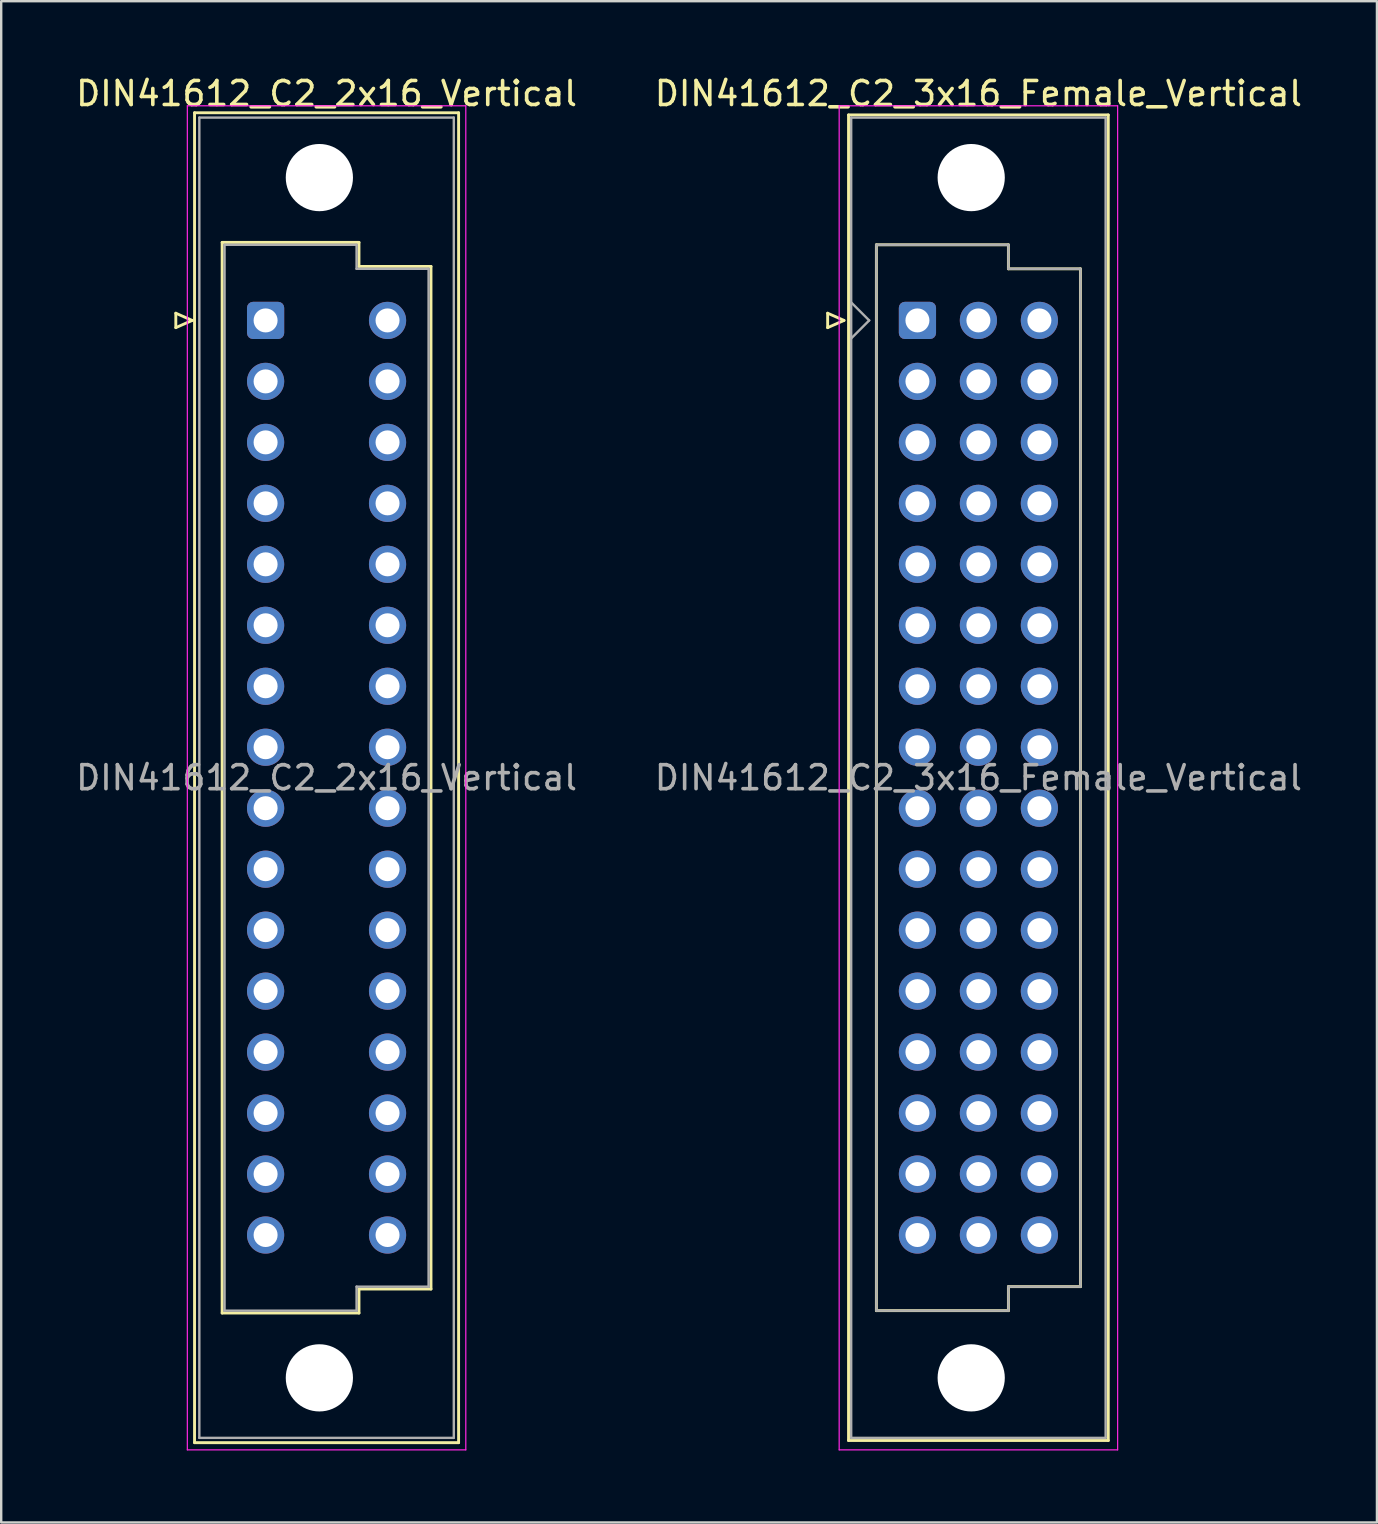
<source format=kicad_pcb>
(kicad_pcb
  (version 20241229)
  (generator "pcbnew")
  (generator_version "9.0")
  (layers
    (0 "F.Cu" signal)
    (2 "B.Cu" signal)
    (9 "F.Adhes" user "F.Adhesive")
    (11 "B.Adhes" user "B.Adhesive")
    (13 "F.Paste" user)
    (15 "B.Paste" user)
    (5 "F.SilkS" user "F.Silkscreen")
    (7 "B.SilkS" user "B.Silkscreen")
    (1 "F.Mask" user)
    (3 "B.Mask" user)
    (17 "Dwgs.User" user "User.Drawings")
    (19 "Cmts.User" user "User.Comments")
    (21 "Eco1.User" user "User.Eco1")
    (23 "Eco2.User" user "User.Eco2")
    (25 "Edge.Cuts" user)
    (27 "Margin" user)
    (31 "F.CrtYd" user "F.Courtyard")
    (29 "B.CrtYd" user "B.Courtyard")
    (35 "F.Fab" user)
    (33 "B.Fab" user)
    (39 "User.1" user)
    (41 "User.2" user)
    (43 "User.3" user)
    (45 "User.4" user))
  (footprint "DIN41612_C2_2x16_Vertical"
    (layer "F.Cu")
    (at 8.014 10.298)
    (property "Reference" "DIN41612_C2_2x16_Vertical" (at 2.54 -9.45 0) (layer "F.SilkS") (effects (font (size 1 1) (thickness 0.15))))
    (attr through_hole)
    (fp_line (start -3.74 -0.3) (end -3.74 0.3) (stroke (width 0.12) (type solid)) (layer "F.SilkS"))
    (fp_line (start -3.74 0.3) (end -3.06 0) (stroke (width 0.12) (type solid)) (layer "F.SilkS"))
    (fp_line (start -3.06 0) (end -3.74 -0.3) (stroke (width 0.12) (type solid)) (layer "F.SilkS"))
    (fp_line (start -2.96 -8.65) (end 8.04 -8.65) (stroke (width 0.12) (type solid)) (layer "F.SilkS"))
    (fp_line (start -2.96 46.75) (end -2.96 -8.65) (stroke (width 0.12) (type solid)) (layer "F.SilkS"))
    (fp_line (start -1.81 -3.25) (end 3.89 -3.25) (stroke (width 0.12) (type solid)) (layer "F.SilkS"))
    (fp_line (start -1.81 41.35) (end -1.81 -3.25) (stroke (width 0.12) (type solid)) (layer "F.SilkS"))
    (fp_line (start 3.89 -3.25) (end 3.89 -2.25) (stroke (width 0.12) (type solid)) (layer "F.SilkS"))
    (fp_line (start 3.89 -2.25) (end 6.89 -2.25) (stroke (width 0.12) (type solid)) (layer "F.SilkS"))
    (fp_line (start 3.89 40.35) (end 3.89 41.35) (stroke (width 0.12) (type solid)) (layer "F.SilkS"))
    (fp_line (start 3.89 41.35) (end -1.81 41.35) (stroke (width 0.12) (type solid)) (layer "F.SilkS"))
    (fp_line (start 6.89 -2.25) (end 6.89 40.35) (stroke (width 0.12) (type solid)) (layer "F.SilkS"))
    (fp_line (start 6.89 40.35) (end 3.89 40.35) (stroke (width 0.12) (type solid)) (layer "F.SilkS"))
    (fp_line (start 8.04 -8.65) (end 8.04 46.75) (stroke (width 0.12) (type solid)) (layer "F.SilkS"))
    (fp_line (start 8.04 46.75) (end -2.96 46.75) (stroke (width 0.12) (type solid)) (layer "F.SilkS"))
    (fp_line (start -3.26 -8.94) (end 8.34 -8.94) (stroke (width 0.05) (type solid)) (layer "F.CrtYd"))
    (fp_line (start -3.26 47.05) (end -3.26 -8.94) (stroke (width 0.05) (type solid)) (layer "F.CrtYd"))
    (fp_line (start 8.34 -8.94) (end 8.34 47.05) (stroke (width 0.05) (type solid)) (layer "F.CrtYd"))
    (fp_line (start 8.34 47.05) (end -3.26 47.05) (stroke (width 0.05) (type solid)) (layer "F.CrtYd"))
    (fp_line (start -2.76 -8.45) (end 7.84 -8.45) (stroke (width 0.1) (type solid)) (layer "F.Fab"))
    (fp_line (start -2.76 46.55) (end -2.76 -8.45) (stroke (width 0.1) (type solid)) (layer "F.Fab"))
    (fp_line (start -1.71 -3.15) (end 3.79 -3.15) (stroke (width 0.1) (type solid)) (layer "F.Fab"))
    (fp_line (start -1.71 41.25) (end -1.71 -3.15) (stroke (width 0.1) (type solid)) (layer "F.Fab"))
    (fp_line (start 3.79 -3.15) (end 3.79 -2.15) (stroke (width 0.1) (type solid)) (layer "F.Fab"))
    (fp_line (start 3.79 -2.15) (end 6.79 -2.15) (stroke (width 0.1) (type solid)) (layer "F.Fab"))
    (fp_line (start 3.79 40.25) (end 3.79 41.25) (stroke (width 0.1) (type solid)) (layer "F.Fab"))
    (fp_line (start 3.79 41.25) (end -1.71 41.25) (stroke (width 0.1) (type solid)) (layer "F.Fab"))
    (fp_line (start 6.79 -2.15) (end 6.79 40.25) (stroke (width 0.1) (type solid)) (layer "F.Fab"))
    (fp_line (start 6.79 40.25) (end 3.79 40.25) (stroke (width 0.1) (type solid)) (layer "F.Fab"))
    (fp_line (start 7.84 -8.45) (end 7.84 46.55) (stroke (width 0.1) (type solid)) (layer "F.Fab"))
    (fp_line (start 7.84 46.55) (end -2.76 46.55) (stroke (width 0.1) (type solid)) (layer "F.Fab"))
    (fp_text user "${REFERENCE}" (at 2.54 19.05 0) (layer "F.Fab") (effects (font (size 1 1) (thickness 0.15))))
    (pad "" np_thru_hole circle (at 2.24 -5.95) (size 2.8 2.8) (drill 2.8) (layers "*.Cu" "*.Mask"))
    (pad "" np_thru_hole circle (at 2.24 44.05) (size 2.8 2.8) (drill 2.8) (layers "*.Cu" "*.Mask"))
    (pad "a1" thru_hole roundrect (at 0 0) (size 1.55 1.55) (drill 1) (layers "*.Cu" "*.Mask") (roundrect_rratio 0.161))
    (pad "a2" thru_hole circle (at 0 2.54) (size 1.55 1.55) (drill 1) (layers "*.Cu" "*.Mask"))
    (pad "a3" thru_hole circle (at 0 5.08) (size 1.55 1.55) (drill 1) (layers "*.Cu" "*.Mask"))
    (pad "a4" thru_hole circle (at 0 7.62) (size 1.55 1.55) (drill 1) (layers "*.Cu" "*.Mask"))
    (pad "a5" thru_hole circle (at 0 10.16) (size 1.55 1.55) (drill 1) (layers "*.Cu" "*.Mask"))
    (pad "a6" thru_hole circle (at 0 12.7) (size 1.55 1.55) (drill 1) (layers "*.Cu" "*.Mask"))
    (pad "a7" thru_hole circle (at 0 15.24) (size 1.55 1.55) (drill 1) (layers "*.Cu" "*.Mask"))
    (pad "a8" thru_hole circle (at 0 17.78) (size 1.55 1.55) (drill 1) (layers "*.Cu" "*.Mask"))
    (pad "a9" thru_hole circle (at 0 20.32) (size 1.55 1.55) (drill 1) (layers "*.Cu" "*.Mask"))
    (pad "a10" thru_hole circle (at 0 22.86) (size 1.55 1.55) (drill 1) (layers "*.Cu" "*.Mask"))
    (pad "a11" thru_hole circle (at 0 25.4) (size 1.55 1.55) (drill 1) (layers "*.Cu" "*.Mask"))
    (pad "a12" thru_hole circle (at 0 27.94) (size 1.55 1.55) (drill 1) (layers "*.Cu" "*.Mask"))
    (pad "a13" thru_hole circle (at 0 30.48) (size 1.55 1.55) (drill 1) (layers "*.Cu" "*.Mask"))
    (pad "a14" thru_hole circle (at 0 33.02) (size 1.55 1.55) (drill 1) (layers "*.Cu" "*.Mask"))
    (pad "a15" thru_hole circle (at 0 35.56) (size 1.55 1.55) (drill 1) (layers "*.Cu" "*.Mask"))
    (pad "a16" thru_hole circle (at 0 38.1) (size 1.55 1.55) (drill 1) (layers "*.Cu" "*.Mask"))
    (pad "c1" thru_hole circle (at 5.08 0) (size 1.55 1.55) (drill 1) (layers "*.Cu" "*.Mask"))
    (pad "c2" thru_hole circle (at 5.08 2.54) (size 1.55 1.55) (drill 1) (layers "*.Cu" "*.Mask"))
    (pad "c3" thru_hole circle (at 5.08 5.08) (size 1.55 1.55) (drill 1) (layers "*.Cu" "*.Mask"))
    (pad "c4" thru_hole circle (at 5.08 7.62) (size 1.55 1.55) (drill 1) (layers "*.Cu" "*.Mask"))
    (pad "c5" thru_hole circle (at 5.08 10.16) (size 1.55 1.55) (drill 1) (layers "*.Cu" "*.Mask"))
    (pad "c6" thru_hole circle (at 5.08 12.7) (size 1.55 1.55) (drill 1) (layers "*.Cu" "*.Mask"))
    (pad "c7" thru_hole circle (at 5.08 15.24) (size 1.55 1.55) (drill 1) (layers "*.Cu" "*.Mask"))
    (pad "c8" thru_hole circle (at 5.08 17.78) (size 1.55 1.55) (drill 1) (layers "*.Cu" "*.Mask"))
    (pad "c9" thru_hole circle (at 5.08 20.32) (size 1.55 1.55) (drill 1) (layers "*.Cu" "*.Mask"))
    (pad "c10" thru_hole circle (at 5.08 22.86) (size 1.55 1.55) (drill 1) (layers "*.Cu" "*.Mask"))
    (pad "c11" thru_hole circle (at 5.08 25.4) (size 1.55 1.55) (drill 1) (layers "*.Cu" "*.Mask"))
    (pad "c12" thru_hole circle (at 5.08 27.94) (size 1.55 1.55) (drill 1) (layers "*.Cu" "*.Mask"))
    (pad "c13" thru_hole circle (at 5.08 30.48) (size 1.55 1.55) (drill 1) (layers "*.Cu" "*.Mask"))
    (pad "c14" thru_hole circle (at 5.08 33.02) (size 1.55 1.55) (drill 1) (layers "*.Cu" "*.Mask"))
    (pad "c15" thru_hole circle (at 5.08 35.56) (size 1.55 1.55) (drill 1) (layers "*.Cu" "*.Mask"))
    (pad "c16" thru_hole circle (at 5.08 38.1) (size 1.55 1.55) (drill 1) (layers "*.Cu" "*.Mask")))
  (footprint "DIN41612_C2_3x16_Female_Vertical"
    (layer "F.Cu")
    (at 35.168 10.298)
    (property "Reference" "DIN41612_C2_3x16_Female_Vertical" (at 2.54 -9.45 0) (layer "F.SilkS") (effects (font (size 1 1) (thickness 0.15))))
    (attr through_hole)
    (fp_line (start -3.74 -0.3) (end -3.74 0.3) (stroke (width 0.12) (type solid)) (layer "F.SilkS"))
    (fp_line (start -3.74 0.3) (end -3.06 0) (stroke (width 0.12) (type solid)) (layer "F.SilkS"))
    (fp_line (start -3.06 0) (end -3.74 -0.3) (stroke (width 0.12) (type solid)) (layer "F.SilkS"))
    (fp_line (start -2.87 -8.56) (end 7.95 -8.56) (stroke (width 0.12) (type solid)) (layer "F.SilkS"))
    (fp_line (start -2.87 46.66) (end -2.87 -8.56) (stroke (width 0.12) (type solid)) (layer "F.SilkS"))
    (fp_line (start -1.71 -3.15) (end 3.79 -3.15) (stroke (width 0.12) (type solid)) (layer "F.SilkS"))
    (fp_line (start -1.71 41.25) (end -1.71 -3.15) (stroke (width 0.12) (type solid)) (layer "F.SilkS"))
    (fp_line (start 3.79 -3.15) (end 3.79 -2.15) (stroke (width 0.12) (type solid)) (layer "F.SilkS"))
    (fp_line (start 3.79 -2.15) (end 6.79 -2.15) (stroke (width 0.12) (type solid)) (layer "F.SilkS"))
    (fp_line (start 3.79 40.25) (end 3.79 41.25) (stroke (width 0.12) (type solid)) (layer "F.SilkS"))
    (fp_line (start 3.79 41.25) (end -1.71 41.25) (stroke (width 0.12) (type solid)) (layer "F.SilkS"))
    (fp_line (start 6.79 -2.15) (end 6.79 40.25) (stroke (width 0.12) (type solid)) (layer "F.SilkS"))
    (fp_line (start 6.79 40.25) (end 3.79 40.25) (stroke (width 0.12) (type solid)) (layer "F.SilkS"))
    (fp_line (start 7.95 -8.56) (end 7.95 46.66) (stroke (width 0.12) (type solid)) (layer "F.SilkS"))
    (fp_line (start 7.95 46.66) (end -2.87 46.66) (stroke (width 0.12) (type solid)) (layer "F.SilkS"))
    (fp_line (start -3.26 -8.94) (end 8.34 -8.94) (stroke (width 0.05) (type solid)) (layer "F.CrtYd"))
    (fp_line (start -3.26 47.05) (end -3.26 -8.94) (stroke (width 0.05) (type solid)) (layer "F.CrtYd"))
    (fp_line (start 8.34 -8.94) (end 8.34 47.05) (stroke (width 0.05) (type solid)) (layer "F.CrtYd"))
    (fp_line (start 8.34 47.05) (end -3.26 47.05) (stroke (width 0.05) (type solid)) (layer "F.CrtYd"))
    (fp_line (start -2.76 -8.45) (end 7.84 -8.45) (stroke (width 0.1) (type solid)) (layer "F.Fab"))
    (fp_line (start -2.76 -0.75) (end -2.01 0) (stroke (width 0.1) (type solid)) (layer "F.Fab"))
    (fp_line (start -2.76 46.55) (end -2.76 -8.45) (stroke (width 0.1) (type solid)) (layer "F.Fab"))
    (fp_line (start -2.01 0) (end -2.76 0.75) (stroke (width 0.1) (type solid)) (layer "F.Fab"))
    (fp_line (start -1.71 -3.15) (end 3.79 -3.15) (stroke (width 0.1) (type solid)) (layer "F.Fab"))
    (fp_line (start -1.71 41.25) (end -1.71 -3.15) (stroke (width 0.1) (type solid)) (layer "F.Fab"))
    (fp_line (start 3.79 -3.15) (end 3.79 -2.15) (stroke (width 0.1) (type solid)) (layer "F.Fab"))
    (fp_line (start 3.79 -2.15) (end 6.79 -2.15) (stroke (width 0.1) (type solid)) (layer "F.Fab"))
    (fp_line (start 3.79 40.25) (end 3.79 41.25) (stroke (width 0.1) (type solid)) (layer "F.Fab"))
    (fp_line (start 3.79 41.25) (end -1.71 41.25) (stroke (width 0.1) (type solid)) (layer "F.Fab"))
    (fp_line (start 6.79 -2.15) (end 6.79 40.25) (stroke (width 0.1) (type solid)) (layer "F.Fab"))
    (fp_line (start 6.79 40.25) (end 3.79 40.25) (stroke (width 0.1) (type solid)) (layer "F.Fab"))
    (fp_line (start 7.84 -8.45) (end 7.84 46.55) (stroke (width 0.1) (type solid)) (layer "F.Fab"))
    (fp_line (start 7.84 46.55) (end -2.76 46.55) (stroke (width 0.1) (type solid)) (layer "F.Fab"))
    (fp_text user "${REFERENCE}" (at 2.54 19.05 0) (layer "F.Fab") (effects (font (size 1 1) (thickness 0.15))))
    (pad "" np_thru_hole circle (at 2.24 -5.95) (size 2.8 2.8) (drill 2.8) (layers "*.Cu" "*.Mask"))
    (pad "" np_thru_hole circle (at 2.24 44.05) (size 2.8 2.8) (drill 2.8) (layers "*.Cu" "*.Mask"))
    (pad "a1" thru_hole roundrect (at 0 0) (size 1.55 1.55) (drill 1) (layers "*.Cu" "*.Mask") (roundrect_rratio 0.161))
    (pad "a2" thru_hole circle (at 0 2.54) (size 1.55 1.55) (drill 1) (layers "*.Cu" "*.Mask"))
    (pad "a3" thru_hole circle (at 0 5.08) (size 1.55 1.55) (drill 1) (layers "*.Cu" "*.Mask"))
    (pad "a4" thru_hole circle (at 0 7.62) (size 1.55 1.55) (drill 1) (layers "*.Cu" "*.Mask"))
    (pad "a5" thru_hole circle (at 0 10.16) (size 1.55 1.55) (drill 1) (layers "*.Cu" "*.Mask"))
    (pad "a6" thru_hole circle (at 0 12.7) (size 1.55 1.55) (drill 1) (layers "*.Cu" "*.Mask"))
    (pad "a7" thru_hole circle (at 0 15.24) (size 1.55 1.55) (drill 1) (layers "*.Cu" "*.Mask"))
    (pad "a8" thru_hole circle (at 0 17.78) (size 1.55 1.55) (drill 1) (layers "*.Cu" "*.Mask"))
    (pad "a9" thru_hole circle (at 0 20.32) (size 1.55 1.55) (drill 1) (layers "*.Cu" "*.Mask"))
    (pad "a10" thru_hole circle (at 0 22.86) (size 1.55 1.55) (drill 1) (layers "*.Cu" "*.Mask"))
    (pad "a11" thru_hole circle (at 0 25.4) (size 1.55 1.55) (drill 1) (layers "*.Cu" "*.Mask"))
    (pad "a12" thru_hole circle (at 0 27.94) (size 1.55 1.55) (drill 1) (layers "*.Cu" "*.Mask"))
    (pad "a13" thru_hole circle (at 0 30.48) (size 1.55 1.55) (drill 1) (layers "*.Cu" "*.Mask"))
    (pad "a14" thru_hole circle (at 0 33.02) (size 1.55 1.55) (drill 1) (layers "*.Cu" "*.Mask"))
    (pad "a15" thru_hole circle (at 0 35.56) (size 1.55 1.55) (drill 1) (layers "*.Cu" "*.Mask"))
    (pad "a16" thru_hole circle (at 0 38.1) (size 1.55 1.55) (drill 1) (layers "*.Cu" "*.Mask"))
    (pad "b1" thru_hole circle (at 2.54 0) (size 1.55 1.55) (drill 1) (layers "*.Cu" "*.Mask"))
    (pad "b2" thru_hole circle (at 2.54 2.54) (size 1.55 1.55) (drill 1) (layers "*.Cu" "*.Mask"))
    (pad "b3" thru_hole circle (at 2.54 5.08) (size 1.55 1.55) (drill 1) (layers "*.Cu" "*.Mask"))
    (pad "b4" thru_hole circle (at 2.54 7.62) (size 1.55 1.55) (drill 1) (layers "*.Cu" "*.Mask"))
    (pad "b5" thru_hole circle (at 2.54 10.16) (size 1.55 1.55) (drill 1) (layers "*.Cu" "*.Mask"))
    (pad "b6" thru_hole circle (at 2.54 12.7) (size 1.55 1.55) (drill 1) (layers "*.Cu" "*.Mask"))
    (pad "b7" thru_hole circle (at 2.54 15.24) (size 1.55 1.55) (drill 1) (layers "*.Cu" "*.Mask"))
    (pad "b8" thru_hole circle (at 2.54 17.78) (size 1.55 1.55) (drill 1) (layers "*.Cu" "*.Mask"))
    (pad "b9" thru_hole circle (at 2.54 20.32) (size 1.55 1.55) (drill 1) (layers "*.Cu" "*.Mask"))
    (pad "b10" thru_hole circle (at 2.54 22.86) (size 1.55 1.55) (drill 1) (layers "*.Cu" "*.Mask"))
    (pad "b11" thru_hole circle (at 2.54 25.4) (size 1.55 1.55) (drill 1) (layers "*.Cu" "*.Mask"))
    (pad "b12" thru_hole circle (at 2.54 27.94) (size 1.55 1.55) (drill 1) (layers "*.Cu" "*.Mask"))
    (pad "b13" thru_hole circle (at 2.54 30.48) (size 1.55 1.55) (drill 1) (layers "*.Cu" "*.Mask"))
    (pad "b14" thru_hole circle (at 2.54 33.02) (size 1.55 1.55) (drill 1) (layers "*.Cu" "*.Mask"))
    (pad "b15" thru_hole circle (at 2.54 35.56) (size 1.55 1.55) (drill 1) (layers "*.Cu" "*.Mask"))
    (pad "b16" thru_hole circle (at 2.54 38.1) (size 1.55 1.55) (drill 1) (layers "*.Cu" "*.Mask"))
    (pad "c1" thru_hole circle (at 5.08 0) (size 1.55 1.55) (drill 1) (layers "*.Cu" "*.Mask"))
    (pad "c2" thru_hole circle (at 5.08 2.54) (size 1.55 1.55) (drill 1) (layers "*.Cu" "*.Mask"))
    (pad "c3" thru_hole circle (at 5.08 5.08) (size 1.55 1.55) (drill 1) (layers "*.Cu" "*.Mask"))
    (pad "c4" thru_hole circle (at 5.08 7.62) (size 1.55 1.55) (drill 1) (layers "*.Cu" "*.Mask"))
    (pad "c5" thru_hole circle (at 5.08 10.16) (size 1.55 1.55) (drill 1) (layers "*.Cu" "*.Mask"))
    (pad "c6" thru_hole circle (at 5.08 12.7) (size 1.55 1.55) (drill 1) (layers "*.Cu" "*.Mask"))
    (pad "c7" thru_hole circle (at 5.08 15.24) (size 1.55 1.55) (drill 1) (layers "*.Cu" "*.Mask"))
    (pad "c8" thru_hole circle (at 5.08 17.78) (size 1.55 1.55) (drill 1) (layers "*.Cu" "*.Mask"))
    (pad "c9" thru_hole circle (at 5.08 20.32) (size 1.55 1.55) (drill 1) (layers "*.Cu" "*.Mask"))
    (pad "c10" thru_hole circle (at 5.08 22.86) (size 1.55 1.55) (drill 1) (layers "*.Cu" "*.Mask"))
    (pad "c11" thru_hole circle (at 5.08 25.4) (size 1.55 1.55) (drill 1) (layers "*.Cu" "*.Mask"))
    (pad "c12" thru_hole circle (at 5.08 27.94) (size 1.55 1.55) (drill 1) (layers "*.Cu" "*.Mask"))
    (pad "c13" thru_hole circle (at 5.08 30.48) (size 1.55 1.55) (drill 1) (layers "*.Cu" "*.Mask"))
    (pad "c14" thru_hole circle (at 5.08 33.02) (size 1.55 1.55) (drill 1) (layers "*.Cu" "*.Mask"))
    (pad "c15" thru_hole circle (at 5.08 35.56) (size 1.55 1.55) (drill 1) (layers "*.Cu" "*.Mask"))
    (pad "c16" thru_hole circle (at 5.08 38.1) (size 1.55 1.55) (drill 1) (layers "*.Cu" "*.Mask")))
  (gr_rect
    (start -3 -3)
    (end 54.31 60.373)
    (stroke (width 0.1) (type default))
    (fill no)
    (layer "Edge.Cuts")))
</source>
